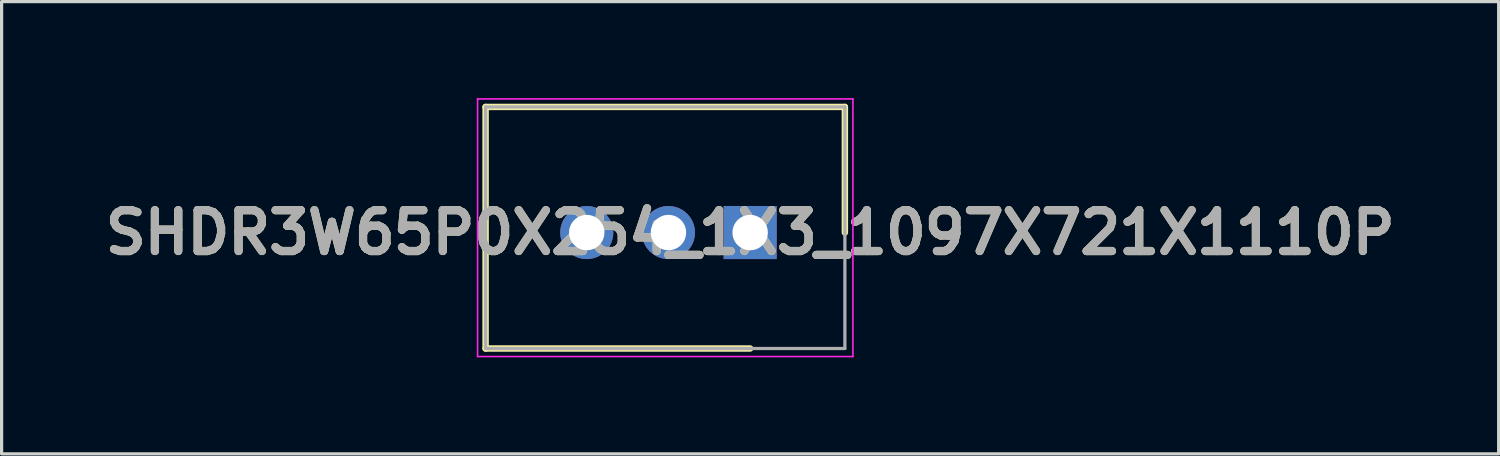
<source format=kicad_pcb>
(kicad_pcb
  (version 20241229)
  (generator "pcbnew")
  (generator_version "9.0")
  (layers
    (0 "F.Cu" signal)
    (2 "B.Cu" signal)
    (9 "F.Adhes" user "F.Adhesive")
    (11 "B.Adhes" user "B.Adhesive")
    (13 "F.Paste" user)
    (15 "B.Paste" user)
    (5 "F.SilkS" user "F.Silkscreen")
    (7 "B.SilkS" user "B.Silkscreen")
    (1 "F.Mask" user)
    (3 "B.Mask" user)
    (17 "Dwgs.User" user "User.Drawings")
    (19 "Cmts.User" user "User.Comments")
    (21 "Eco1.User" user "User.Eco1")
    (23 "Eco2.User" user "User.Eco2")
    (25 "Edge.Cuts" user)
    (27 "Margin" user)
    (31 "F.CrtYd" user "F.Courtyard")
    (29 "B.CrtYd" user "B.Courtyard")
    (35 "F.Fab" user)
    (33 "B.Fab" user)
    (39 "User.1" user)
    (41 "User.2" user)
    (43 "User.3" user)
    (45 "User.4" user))
  (footprint "SHDR3W65P0X254_1X3_1097X721X1110P"
    (layer "F.Cu")
    (at 20.272 4.18)
    (property "Reference" "SHDR3W65P0X254_1X3_1097X721X1110P" (at 0 0 0) (layer "F.SilkS") (effects (font (size 1.27 1.27) (thickness 0.254))))
    (attr through_hole)
    (fp_line (start -8.225 -3.905) (end 2.945 -3.905) (stroke (width 0.2) (type solid)) (layer "F.SilkS"))
    (fp_line (start -8.225 3.605) (end -8.225 -3.905) (stroke (width 0.2) (type solid)) (layer "F.SilkS"))
    (fp_line (start 0 3.605) (end -8.225 3.605) (stroke (width 0.2) (type solid)) (layer "F.SilkS"))
    (fp_line (start 2.945 -3.905) (end 2.945 0) (stroke (width 0.2) (type solid)) (layer "F.SilkS"))
    (fp_line (start -8.475 -4.155) (end 3.195 -4.155) (stroke (width 0.05) (type solid)) (layer "F.CrtYd"))
    (fp_line (start -8.475 3.855) (end -8.475 -4.155) (stroke (width 0.05) (type solid)) (layer "F.CrtYd"))
    (fp_line (start 3.195 -4.155) (end 3.195 3.855) (stroke (width 0.05) (type solid)) (layer "F.CrtYd"))
    (fp_line (start 3.195 3.855) (end -8.475 3.855) (stroke (width 0.05) (type solid)) (layer "F.CrtYd"))
    (fp_line (start -8.225 -3.905) (end 2.945 -3.905) (stroke (width 0.1) (type solid)) (layer "F.Fab"))
    (fp_line (start -8.225 3.605) (end -8.225 -3.905) (stroke (width 0.1) (type solid)) (layer "F.Fab"))
    (fp_line (start 2.945 -3.905) (end 2.945 3.605) (stroke (width 0.1) (type solid)) (layer "F.Fab"))
    (fp_line (start 2.945 3.605) (end -8.225 3.605) (stroke (width 0.1) (type solid)) (layer "F.Fab"))
    (fp_text user "${REFERENCE}" (at 0 0 0) (layer "F.Fab") (effects (font (size 1.27 1.27) (thickness 0.254))))
    (pad "1" thru_hole rect (at 0 0) (size 1.65 1.65) (drill 1.1) (layers "*.Cu" "*.Mask"))
    (pad "2" thru_hole circle (at -2.54 0) (size 1.65 1.65) (drill 1.1) (layers "*.Cu" "*.Mask"))
    (pad "3" thru_hole circle (at -5.08 0) (size 1.65 1.65) (drill 1.1) (layers "*.Cu" "*.Mask")))
  (gr_rect
    (start -3 -3)
    (end 43.543 11.06)
    (stroke (width 0.1) (type default))
    (fill no)
    (layer "Edge.Cuts")))
</source>
